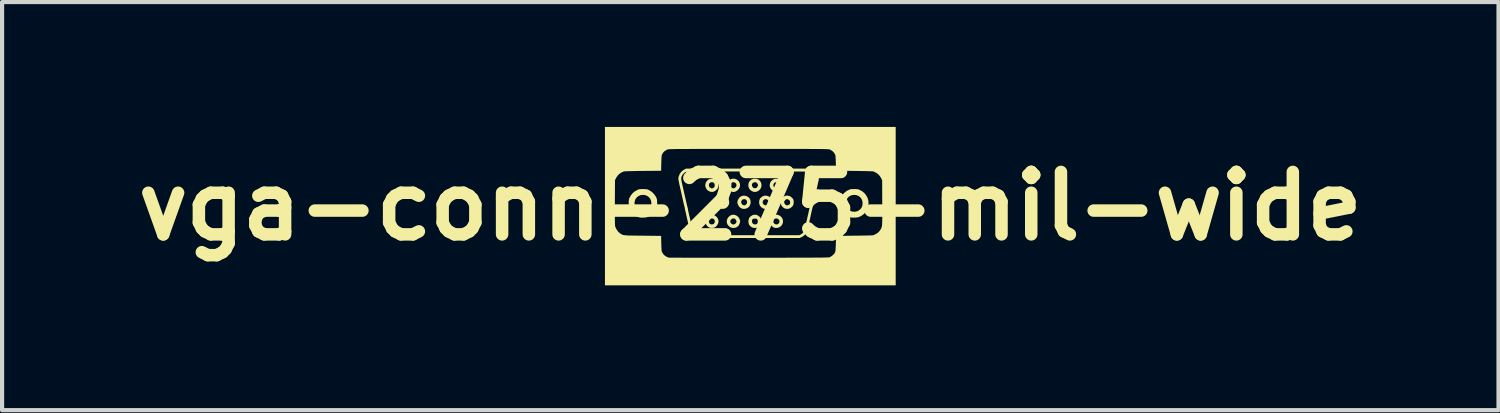
<source format=kicad_pcb>
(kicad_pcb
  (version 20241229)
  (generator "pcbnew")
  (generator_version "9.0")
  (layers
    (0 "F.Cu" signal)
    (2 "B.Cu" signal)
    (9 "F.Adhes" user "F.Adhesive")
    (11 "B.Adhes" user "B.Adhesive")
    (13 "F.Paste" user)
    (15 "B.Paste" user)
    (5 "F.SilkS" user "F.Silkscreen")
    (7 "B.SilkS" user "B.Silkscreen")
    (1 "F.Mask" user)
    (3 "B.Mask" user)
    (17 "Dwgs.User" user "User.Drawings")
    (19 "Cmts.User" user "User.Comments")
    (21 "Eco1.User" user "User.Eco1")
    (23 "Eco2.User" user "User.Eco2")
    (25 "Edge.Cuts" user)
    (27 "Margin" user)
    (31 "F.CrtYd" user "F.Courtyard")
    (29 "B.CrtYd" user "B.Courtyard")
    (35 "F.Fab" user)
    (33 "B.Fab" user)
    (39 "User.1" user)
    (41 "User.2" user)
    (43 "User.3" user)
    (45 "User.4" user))
  (footprint "vga-conn-275-mil-wide"
    (layer "F.Cu")
    (at 14.979 1.903)
    (property "Reference" "vga-conn-275-mil-wide" (at 0 0 0) (layer "F.SilkS") (effects (font (size 1.5 1.5) (thickness 0.3))))
    (attr board_only exclude_from_pos_files exclude_from_bom)
    (fp_poly (pts (xy 0.667 0.211) (xy 0.714 0.234) (xy 0.751 0.267) (xy 0.775 0.308) (xy 0.786 0.353) (xy 0.783 0.4) (xy 0.765 0.445) (xy 0.735 0.482) (xy 0.696 0.508) (xy 0.651 0.523) (xy 0.605 0.525) (xy 0.562 0.513) (xy 0.55 0.506) (xy 0.507 0.472) (xy 0.479 0.431) (xy 0.467 0.384) (xy 0.468 0.364) (xy 0.553 0.364) (xy 0.556 0.392) (xy 0.572 0.416) (xy 0.598 0.434) (xy 0.627 0.44) (xy 0.66 0.434) (xy 0.676 0.423) (xy 0.696 0.394) (xy 0.701 0.363) (xy 0.693 0.334) (xy 0.673 0.312) (xy 0.643 0.298) (xy 0.623 0.296) (xy 0.591 0.301) (xy 0.569 0.318) (xy 0.556 0.348) (xy 0.553 0.364) (xy 0.468 0.364) (xy 0.471 0.334) (xy 0.481 0.302) (xy 0.506 0.263) (xy 0.541 0.232) (xy 0.583 0.213) (xy 0.627 0.205)) (stroke (width 0) (type solid)) (fill yes) (layer "F.SilkS"))
    (fp_poly (pts (xy -0.606 -0.241) (xy -0.561 -0.212) (xy -0.549 -0.2) (xy -0.527 -0.174) (xy -0.514 -0.143) (xy -0.508 -0.102) (xy -0.508 -0.075) (xy -0.514 -0.046) (xy -0.529 -0.013) (xy -0.551 0.017) (xy -0.566 0.032) (xy -0.61 0.057) (xy -0.657 0.067) (xy -0.705 0.061) (xy -0.745 0.043) (xy -0.784 0.012) (xy -0.809 -0.026) (xy -0.82 -0.073) (xy -0.82 -0.089) (xy -0.737 -0.089) (xy -0.727 -0.057) (xy -0.714 -0.039) (xy -0.686 -0.021) (xy -0.656 -0.019) (xy -0.627 -0.029) (xy -0.603 -0.05) (xy -0.593 -0.077) (xy -0.595 -0.108) (xy -0.611 -0.138) (xy -0.617 -0.144) (xy -0.646 -0.165) (xy -0.676 -0.168) (xy -0.706 -0.155) (xy -0.713 -0.148) (xy -0.732 -0.121) (xy -0.737 -0.089) (xy -0.82 -0.089) (xy -0.82 -0.095) (xy -0.815 -0.143) (xy -0.798 -0.182) (xy -0.766 -0.215) (xy -0.746 -0.229) (xy -0.7 -0.25) (xy -0.653 -0.253)) (stroke (width 0) (type solid)) (fill yes) (layer "F.SilkS"))
    (fp_poly (pts (xy -0.363 0.213) (xy -0.323 0.233) (xy -0.289 0.262) (xy -0.263 0.299) (xy -0.248 0.341) (xy -0.245 0.367) (xy -0.25 0.396) (xy -0.262 0.431) (xy -0.279 0.463) (xy -0.292 0.479) (xy -0.332 0.508) (xy -0.378 0.523) (xy -0.427 0.524) (xy -0.474 0.51) (xy -0.491 0.5) (xy -0.53 0.467) (xy -0.555 0.428) (xy -0.566 0.384) (xy -0.565 0.372) (xy -0.482 0.372) (xy -0.472 0.402) (xy -0.46 0.418) (xy -0.43 0.437) (xy -0.399 0.441) (xy -0.368 0.429) (xy -0.352 0.414) (xy -0.336 0.392) (xy -0.331 0.374) (xy -0.336 0.352) (xy -0.344 0.335) (xy -0.365 0.307) (xy -0.392 0.295) (xy -0.426 0.298) (xy -0.429 0.299) (xy -0.459 0.317) (xy -0.478 0.343) (xy -0.482 0.372) (xy -0.565 0.372) (xy -0.564 0.34) (xy -0.549 0.298) (xy -0.522 0.26) (xy -0.484 0.228) (xy -0.446 0.211) (xy -0.405 0.205)) (stroke (width 0) (type solid)) (fill yes) (layer "F.SilkS"))
    (fp_poly (pts (xy 0.16 -0.653) (xy 0.201 -0.634) (xy 0.233 -0.605) (xy 0.255 -0.569) (xy 0.267 -0.528) (xy 0.268 -0.486) (xy 0.258 -0.444) (xy 0.236 -0.406) (xy 0.202 -0.373) (xy 0.174 -0.356) (xy 0.129 -0.341) (xy 0.088 -0.342) (xy 0.044 -0.357) (xy 0.001 -0.386) (xy -0.03 -0.426) (xy -0.046 -0.473) (xy -0.047 -0.521) (xy 0.039 -0.521) (xy 0.04 -0.488) (xy 0.047 -0.47) (xy 0.067 -0.444) (xy 0.094 -0.431) (xy 0.123 -0.43) (xy 0.15 -0.442) (xy 0.171 -0.466) (xy 0.173 -0.469) (xy 0.184 -0.497) (xy 0.184 -0.518) (xy 0.173 -0.539) (xy 0.164 -0.549) (xy 0.144 -0.568) (xy 0.122 -0.574) (xy 0.111 -0.575) (xy 0.076 -0.568) (xy 0.052 -0.549) (xy 0.039 -0.521) (xy -0.047 -0.521) (xy -0.047 -0.526) (xy -0.047 -0.53) (xy -0.032 -0.577) (xy -0.004 -0.616) (xy 0.035 -0.643) (xy 0.083 -0.658) (xy 0.11 -0.66)) (stroke (width 0) (type solid)) (fill yes) (layer "F.SilkS"))
    (fp_poly (pts (xy 0.431 -0.24) (xy 0.47 -0.215) (xy 0.501 -0.18) (xy 0.523 -0.136) (xy 0.53 -0.107) (xy 0.53 -0.08) (xy 0.521 -0.048) (xy 0.513 -0.031) (xy 0.485 0.013) (xy 0.449 0.045) (xy 0.406 0.063) (xy 0.36 0.068) (xy 0.314 0.058) (xy 0.291 0.047) (xy 0.25 0.014) (xy 0.223 -0.028) (xy 0.212 -0.076) (xy 0.211 -0.088) (xy 0.212 -0.092) (xy 0.296 -0.092) (xy 0.3 -0.067) (xy 0.313 -0.047) (xy 0.322 -0.039) (xy 0.35 -0.021) (xy 0.376 -0.018) (xy 0.405 -0.029) (xy 0.43 -0.051) (xy 0.444 -0.079) (xy 0.442 -0.111) (xy 0.44 -0.118) (xy 0.421 -0.147) (xy 0.395 -0.164) (xy 0.366 -0.168) (xy 0.339 -0.162) (xy 0.315 -0.144) (xy 0.3 -0.117) (xy 0.296 -0.092) (xy 0.212 -0.092) (xy 0.216 -0.138) (xy 0.23 -0.177) (xy 0.257 -0.208) (xy 0.298 -0.236) (xy 0.342 -0.252) (xy 0.387 -0.252)) (stroke (width 0) (type solid)) (fill yes) (layer "F.SilkS"))
    (fp_poly (pts (xy 0.151 0.211) (xy 0.178 0.222) (xy 0.221 0.254) (xy 0.251 0.294) (xy 0.267 0.34) (xy 0.267 0.391) (xy 0.267 0.392) (xy 0.254 0.437) (xy 0.23 0.473) (xy 0.197 0.5) (xy 0.15 0.52) (xy 0.1 0.525) (xy 0.051 0.515) (xy 0.028 0.503) (xy -0.011 0.472) (xy -0.035 0.434) (xy -0.045 0.386) (xy -0.046 0.368) (xy -0.046 0.368) (xy 0.039 0.368) (xy 0.046 0.398) (xy 0.059 0.418) (xy 0.085 0.435) (xy 0.118 0.44) (xy 0.15 0.433) (xy 0.152 0.432) (xy 0.17 0.413) (xy 0.179 0.386) (xy 0.18 0.356) (xy 0.172 0.327) (xy 0.156 0.307) (xy 0.155 0.307) (xy 0.13 0.299) (xy 0.099 0.299) (xy 0.07 0.306) (xy 0.052 0.317) (xy 0.04 0.339) (xy 0.039 0.368) (xy -0.046 0.368) (xy -0.04 0.317) (xy -0.023 0.278) (xy 0.006 0.246) (xy 0.011 0.243) (xy 0.058 0.215) (xy 0.105 0.204)) (stroke (width 0) (type solid)) (fill yes) (layer "F.SilkS"))
    (fp_poly (pts (xy -0.375 -0.658) (xy -0.33 -0.641) (xy -0.321 -0.636) (xy -0.283 -0.603) (xy -0.258 -0.563) (xy -0.247 -0.52) (xy -0.25 -0.476) (xy -0.265 -0.433) (xy -0.293 -0.394) (xy -0.333 -0.362) (xy -0.358 -0.349) (xy -0.4 -0.339) (xy -0.445 -0.346) (xy -0.469 -0.356) (xy -0.505 -0.377) (xy -0.531 -0.401) (xy -0.551 -0.433) (xy -0.566 -0.479) (xy -0.566 -0.498) (xy -0.481 -0.498) (xy -0.473 -0.47) (xy -0.453 -0.446) (xy -0.433 -0.435) (xy -0.417 -0.427) (xy -0.409 -0.424) (xy -0.402 -0.426) (xy -0.384 -0.433) (xy -0.379 -0.435) (xy -0.351 -0.454) (xy -0.336 -0.48) (xy -0.332 -0.508) (xy -0.34 -0.536) (xy -0.358 -0.558) (xy -0.385 -0.572) (xy -0.406 -0.575) (xy -0.44 -0.568) (xy -0.464 -0.551) (xy -0.478 -0.526) (xy -0.481 -0.498) (xy -0.566 -0.498) (xy -0.566 -0.523) (xy -0.554 -0.564) (xy -0.531 -0.6) (xy -0.499 -0.629) (xy -0.461 -0.65) (xy -0.419 -0.66)) (stroke (width 0) (type solid)) (fill yes) (layer "F.SilkS"))
    (fp_poly (pts (xy 0.655 -0.658) (xy 0.701 -0.642) (xy 0.707 -0.638) (xy 0.747 -0.607) (xy 0.773 -0.568) (xy 0.785 -0.525) (xy 0.785 -0.481) (xy 0.772 -0.438) (xy 0.746 -0.399) (xy 0.709 -0.366) (xy 0.678 -0.35) (xy 0.636 -0.34) (xy 0.595 -0.344) (xy 0.577 -0.351) (xy 0.53 -0.379) (xy 0.494 -0.416) (xy 0.472 -0.459) (xy 0.467 -0.488) (xy 0.554 -0.488) (xy 0.559 -0.473) (xy 0.573 -0.453) (xy 0.595 -0.436) (xy 0.619 -0.427) (xy 0.633 -0.428) (xy 0.649 -0.431) (xy 0.652 -0.431) (xy 0.663 -0.437) (xy 0.679 -0.451) (xy 0.681 -0.454) (xy 0.698 -0.482) (xy 0.701 -0.513) (xy 0.691 -0.54) (xy 0.67 -0.562) (xy 0.64 -0.574) (xy 0.626 -0.575) (xy 0.593 -0.568) (xy 0.568 -0.549) (xy 0.554 -0.521) (xy 0.554 -0.488) (xy 0.467 -0.488) (xy 0.465 -0.502) (xy 0.473 -0.55) (xy 0.494 -0.591) (xy 0.525 -0.624) (xy 0.564 -0.647) (xy 0.609 -0.659)) (stroke (width 0) (type solid)) (fill yes) (layer "F.SilkS"))
    (fp_poly (pts (xy -0.12 -0.249) (xy -0.07 -0.231) (xy -0.048 -0.217) (xy -0.019 -0.188) (xy 0.000198 -0.149) (xy 0.008 -0.104) (xy 0.004 -0.059) (xy -0.011 -0.015) (xy -0.038 0.022) (xy -0.038 0.022) (xy -0.076 0.049) (xy -0.121 0.064) (xy -0.168 0.066) (xy -0.213 0.054) (xy -0.221 0.051) (xy -0.256 0.026) (xy -0.283 -0.009) (xy -0.301 -0.048) (xy -0.31 -0.075) (xy -0.311 -0.088) (xy -0.22 -0.088) (xy -0.211 -0.059) (xy -0.194 -0.039) (xy -0.172 -0.025) (xy -0.151 -0.017) (xy -0.148 -0.017) (xy -0.129 -0.022) (xy -0.106 -0.035) (xy -0.102 -0.039) (xy -0.082 -0.065) (xy -0.076 -0.094) (xy -0.081 -0.124) (xy -0.097 -0.148) (xy -0.123 -0.165) (xy -0.148 -0.169) (xy -0.18 -0.162) (xy -0.203 -0.143) (xy -0.217 -0.117) (xy -0.22 -0.088) (xy -0.311 -0.088) (xy -0.311 -0.098) (xy -0.306 -0.125) (xy -0.306 -0.126) (xy -0.284 -0.176) (xy -0.253 -0.215) (xy -0.214 -0.24) (xy -0.169 -0.252)) (stroke (width 0) (type solid)) (fill yes) (layer "F.SilkS"))
    (fp_poly (pts (xy -0.89 -0.657) (xy -0.862 -0.65) (xy -0.835 -0.634) (xy -0.819 -0.621) (xy -0.791 -0.589) (xy -0.773 -0.548) (xy -0.766 -0.504) (xy -0.77 -0.46) (xy -0.787 -0.422) (xy -0.787 -0.422) (xy -0.825 -0.38) (xy -0.867 -0.353) (xy -0.911 -0.341) (xy -0.957 -0.345) (xy -0.985 -0.356) (xy -1.021 -0.376) (xy -1.045 -0.399) (xy -1.064 -0.43) (xy -1.067 -0.437) (xy -1.082 -0.483) (xy -1.081 -0.522) (xy -0.994 -0.522) (xy -0.994 -0.485) (xy -0.98 -0.456) (xy -0.954 -0.436) (xy -0.954 -0.436) (xy -0.935 -0.428) (xy -0.925 -0.423) (xy -0.924 -0.423) (xy -0.916 -0.426) (xy -0.899 -0.433) (xy -0.899 -0.433) (xy -0.872 -0.45) (xy -0.858 -0.473) (xy -0.855 -0.503) (xy -0.861 -0.538) (xy -0.879 -0.562) (xy -0.908 -0.574) (xy -0.922 -0.575) (xy -0.957 -0.569) (xy -0.982 -0.55) (xy -0.994 -0.522) (xy -1.081 -0.522) (xy -1.081 -0.526) (xy -1.066 -0.571) (xy -1.065 -0.572) (xy -1.036 -0.615) (xy -0.999 -0.643) (xy -0.954 -0.657) (xy -0.926 -0.659)) (stroke (width 0) (type solid)) (fill yes) (layer "F.SilkS"))
    (fp_poly (pts (xy -0.879 0.214) (xy -0.856 0.224) (xy -0.815 0.253) (xy -0.784 0.293) (xy -0.765 0.341) (xy -0.765 0.344) (xy -0.765 0.383) (xy -0.778 0.425) (xy -0.801 0.464) (xy -0.832 0.497) (xy -0.855 0.512) (xy -0.877 0.519) (xy -0.907 0.523) (xy -0.928 0.524) (xy -0.962 0.522) (xy -0.989 0.514) (xy -1.011 0.501) (xy -1.045 0.467) (xy -1.067 0.431) (xy -1.08 0.404) (xy -1.085 0.384) (xy -1.085 0.365) (xy -1.085 0.365) (xy -0.995 0.365) (xy -0.99 0.395) (xy -0.978 0.42) (xy -0.97 0.427) (xy -0.942 0.438) (xy -0.911 0.439) (xy -0.883 0.429) (xy -0.874 0.421) (xy -0.855 0.389) (xy -0.852 0.356) (xy -0.859 0.334) (xy -0.879 0.31) (xy -0.905 0.297) (xy -0.935 0.295) (xy -0.963 0.304) (xy -0.984 0.323) (xy -0.99 0.336) (xy -0.995 0.365) (xy -1.085 0.365) (xy -1.08 0.338) (xy -1.079 0.335) (xy -1.061 0.286) (xy -1.031 0.249) (xy -0.987 0.221) (xy -0.983 0.219) (xy -0.946 0.206) (xy -0.914 0.205)) (stroke (width 0) (type solid)) (fill yes) (layer "F.SilkS"))
    (fp_poly (pts (xy 0.93 -0.247) (xy 0.973 -0.227) (xy 1.01 -0.192) (xy 1.011 -0.191) (xy 1.028 -0.168) (xy 1.037 -0.149) (xy 1.041 -0.127) (xy 1.042 -0.099) (xy 1.04 -0.058) (xy 1.031 -0.026) (xy 1.014 0.001) (xy 0.995 0.021) (xy 0.953 0.052) (xy 0.906 0.066) (xy 0.857 0.064) (xy 0.815 0.05) (xy 0.777 0.022) (xy 0.747 -0.017) (xy 0.729 -0.066) (xy 0.728 -0.067) (xy 0.727 -0.093) (xy 0.812 -0.093) (xy 0.819 -0.068) (xy 0.836 -0.043) (xy 0.858 -0.024) (xy 0.881 -0.017) (xy 0.901 -0.021) (xy 0.925 -0.032) (xy 0.928 -0.034) (xy 0.946 -0.047) (xy 0.954 -0.061) (xy 0.956 -0.085) (xy 0.956 -0.088) (xy 0.954 -0.115) (xy 0.945 -0.133) (xy 0.93 -0.147) (xy 0.908 -0.162) (xy 0.886 -0.169) (xy 0.883 -0.169) (xy 0.858 -0.162) (xy 0.835 -0.143) (xy 0.818 -0.118) (xy 0.812 -0.093) (xy 0.727 -0.093) (xy 0.726 -0.113) (xy 0.739 -0.156) (xy 0.763 -0.195) (xy 0.797 -0.226) (xy 0.837 -0.247) (xy 0.88 -0.254)) (stroke (width 0) (type solid)) (fill yes) (layer "F.SilkS"))
    (fp_poly (pts (xy 2.537 -0.41) (xy 2.567 -0.408) (xy 2.591 -0.403) (xy 2.613 -0.396) (xy 2.633 -0.387) (xy 2.693 -0.354) (xy 2.741 -0.313) (xy 2.782 -0.263) (xy 2.783 -0.262) (xy 2.818 -0.197) (xy 2.837 -0.128) (xy 2.841 -0.058) (xy 2.832 0.011) (xy 2.81 0.077) (xy 2.775 0.137) (xy 2.728 0.19) (xy 2.669 0.233) (xy 2.643 0.247) (xy 2.609 0.261) (xy 2.579 0.269) (xy 2.544 0.274) (xy 2.514 0.276) (xy 2.476 0.276) (xy 2.442 0.275) (xy 2.417 0.272) (xy 2.413 0.271) (xy 2.362 0.253) (xy 2.31 0.225) (xy 2.264 0.191) (xy 2.248 0.176) (xy 2.224 0.147) (xy 2.201 0.112) (xy 2.18 0.075) (xy 2.165 0.041) (xy 2.157 0.014) (xy 2.157 0.009) (xy 2.153 -0.014) (xy 2.148 -0.025) (xy 2.145 -0.043) (xy 2.145 -0.054) (xy 2.292 -0.054) (xy 2.302 -0.001) (xy 2.324 0.047) (xy 2.35 0.079) (xy 2.396 0.112) (xy 2.448 0.131) (xy 2.504 0.136) (xy 2.559 0.126) (xy 2.587 0.115) (xy 2.636 0.082) (xy 2.671 0.039) (xy 2.692 -0.013) (xy 2.698 -0.069) (xy 2.691 -0.127) (xy 2.669 -0.178) (xy 2.635 -0.219) (xy 2.59 -0.25) (xy 2.536 -0.267) (xy 2.495 -0.271) (xy 2.436 -0.263) (xy 2.385 -0.241) (xy 2.343 -0.205) (xy 2.313 -0.16) (xy 2.296 -0.109) (xy 2.292 -0.054) (xy 2.145 -0.054) (xy 2.146 -0.074) (xy 2.151 -0.112) (xy 2.171 -0.19) (xy 2.204 -0.257) (xy 2.251 -0.314) (xy 2.312 -0.361) (xy 2.346 -0.381) (xy 2.374 -0.394) (xy 2.396 -0.403) (xy 2.418 -0.407) (xy 2.445 -0.41) (xy 2.482 -0.41) (xy 2.494 -0.41)) (stroke (width 0) (type solid)) (fill yes) (layer "F.SilkS"))
    (fp_poly (pts (xy -2.54 -0.409) (xy -2.505 -0.407) (xy -2.479 -0.404) (xy -2.469 -0.401) (xy -2.445 -0.389) (xy -2.428 -0.381) (xy -2.377 -0.35) (xy -2.328 -0.306) (xy -2.287 -0.255) (xy -2.256 -0.2) (xy -2.249 -0.182) (xy -2.243 -0.152) (xy -2.239 -0.111) (xy -2.238 -0.065) (xy -2.239 -0.019) (xy -2.243 0.021) (xy -2.249 0.047) (xy -2.278 0.106) (xy -2.32 0.161) (xy -2.375 0.211) (xy -2.44 0.251) (xy -2.442 0.253) (xy -2.472 0.263) (xy -2.513 0.271) (xy -2.56 0.275) (xy -2.606 0.277) (xy -2.647 0.274) (xy -2.667 0.27) (xy -2.734 0.245) (xy -2.795 0.205) (xy -2.848 0.153) (xy -2.866 0.128) (xy -2.89 0.09) (xy -2.906 0.058) (xy -2.916 0.027) (xy -2.921 -0.01) (xy -2.922 -0.056) (xy -2.922 -0.068) (xy -2.922 -0.069) (xy -2.783 -0.069) (xy -2.775 -0.009) (xy -2.754 0.042) (xy -2.72 0.084) (xy -2.675 0.114) (xy -2.621 0.131) (xy -2.581 0.135) (xy -2.545 0.134) (xy -2.518 0.127) (xy -2.489 0.114) (xy -2.482 0.11) (xy -2.434 0.075) (xy -2.401 0.033) (xy -2.382 -0.017) (xy -2.377 -0.068) (xy -2.384 -0.127) (xy -2.406 -0.178) (xy -2.44 -0.219) (xy -2.485 -0.25) (xy -2.539 -0.267) (xy -2.58 -0.271) (xy -2.639 -0.263) (xy -2.69 -0.241) (xy -2.731 -0.208) (xy -2.762 -0.163) (xy -2.779 -0.11) (xy -2.783 -0.069) (xy -2.922 -0.069) (xy -2.921 -0.117) (xy -2.917 -0.155) (xy -2.909 -0.187) (xy -2.894 -0.218) (xy -2.872 -0.255) (xy -2.866 -0.263) (xy -2.826 -0.314) (xy -2.777 -0.354) (xy -2.718 -0.387) (xy -2.693 -0.398) (xy -2.671 -0.405) (xy -2.646 -0.408) (xy -2.614 -0.41) (xy -2.579 -0.41)) (stroke (width 0) (type solid)) (fill yes) (layer "F.SilkS"))
    (fp_poly (pts (xy 3.493 0) (xy 3.493 1.903) (xy 0 1.903) (xy -3.493 1.903) (xy -3.493 0.137) (xy -3.255 0.137) (xy -3.255 0.225) (xy -3.255 0.299) (xy -3.254 0.359) (xy -3.253 0.407) (xy -3.252 0.443) (xy -3.25 0.469) (xy -3.248 0.486) (xy -3.247 0.489) (xy -3.229 0.534) (xy -3.201 0.58) (xy -3.167 0.622) (xy -3.133 0.652) (xy -3.116 0.663) (xy -3.101 0.673) (xy -3.086 0.682) (xy -3.07 0.688) (xy -3.051 0.694) (xy -3.027 0.698) (xy -2.998 0.701) (xy -2.962 0.704) (xy -2.916 0.706) (xy -2.86 0.707) (xy -2.792 0.708) (xy -2.711 0.709) (xy -2.615 0.71) (xy -2.584 0.71) (xy -2.144 0.715) (xy -2.139 0.892) (xy -2.138 0.947) (xy -2.136 0.996) (xy -2.133 1.039) (xy -2.131 1.07) (xy -2.128 1.089) (xy -2.127 1.091) (xy -2.102 1.14) (xy -2.064 1.182) (xy -2.016 1.215) (xy -1.962 1.237) (xy -1.958 1.238) (xy -1.948 1.238) (xy -1.922 1.238) (xy -1.881 1.239) (xy -1.824 1.239) (xy -1.754 1.239) (xy -1.671 1.239) (xy -1.576 1.24) (xy -1.469 1.24) (xy -1.351 1.24) (xy -1.223 1.24) (xy -1.086 1.24) (xy -0.94 1.24) (xy -0.787 1.24) (xy -0.626 1.24) (xy -0.459 1.24) (xy -0.287 1.24) (xy -0.11 1.24) (xy -0.025 1.24) (xy 0.189 1.24) (xy 0.388 1.24) (xy 0.571 1.24) (xy 0.738 1.24) (xy 0.892 1.239) (xy 1.032 1.239) (xy 1.158 1.239) (xy 1.272 1.239) (xy 1.374 1.238) (xy 1.465 1.238) (xy 1.546 1.237) (xy 1.616 1.237) (xy 1.677 1.236) (xy 1.729 1.236) (xy 1.773 1.235) (xy 1.81 1.234) (xy 1.84 1.233) (xy 1.864 1.232) (xy 1.882 1.231) (xy 1.896 1.23) (xy 1.905 1.229) (xy 1.91 1.227) (xy 1.912 1.227) (xy 1.961 1.195) (xy 1.997 1.165) (xy 2.022 1.134) (xy 2.04 1.1) (xy 2.043 1.091) (xy 2.045 1.076) (xy 2.048 1.048) (xy 2.05 1.008) (xy 2.053 0.96) (xy 2.054 0.906) (xy 2.055 0.892) (xy 2.06 0.715) (xy 2.499 0.71) (xy 2.585 0.71) (xy 2.665 0.708) (xy 2.739 0.707) (xy 2.805 0.706) (xy 2.861 0.704) (xy 2.905 0.703) (xy 2.937 0.701) (xy 2.954 0.7) (xy 2.956 0.699) (xy 3.015 0.671) (xy 3.061 0.642) (xy 3.096 0.609) (xy 3.117 0.581) (xy 3.128 0.564) (xy 3.137 0.55) (xy 3.145 0.535) (xy 3.151 0.52) (xy 3.157 0.502) (xy 3.161 0.48) (xy 3.165 0.454) (xy 3.167 0.421) (xy 3.169 0.38) (xy 3.17 0.33) (xy 3.171 0.27) (xy 3.171 0.198) (xy 3.171 0.113) (xy 3.17 0.013) (xy 3.17 -0.082) (xy 3.168 -0.622) (xy 3.143 -0.672) (xy 3.113 -0.722) (xy 3.076 -0.763) (xy 3.029 -0.798) (xy 2.969 -0.829) (xy 2.956 -0.834) (xy 2.945 -0.836) (xy 2.918 -0.837) (xy 2.877 -0.839) (xy 2.825 -0.84) (xy 2.762 -0.842) (xy 2.691 -0.843) (xy 2.613 -0.844) (xy 2.529 -0.846) (xy 2.499 -0.846) (xy 2.06 -0.85) (xy 2.055 -1.028) (xy 2.053 -1.082) (xy 2.051 -1.132) (xy 2.048 -1.174) (xy 2.046 -1.206) (xy 2.043 -1.224) (xy 2.043 -1.226) (xy 2.016 -1.278) (xy 1.975 -1.321) (xy 1.92 -1.356) (xy 1.916 -1.358) (xy 1.912 -1.36) (xy 1.907 -1.362) (xy 1.901 -1.363) (xy 1.892 -1.365) (xy 1.881 -1.366) (xy 1.866 -1.367) (xy 1.847 -1.368) (xy 1.824 -1.369) (xy 1.795 -1.37) (xy 1.76 -1.371) (xy 1.718 -1.371) (xy 1.669 -1.372) (xy 1.612 -1.372) (xy 1.546 -1.373) (xy 1.471 -1.373) (xy 1.386 -1.374) (xy 1.29 -1.374) (xy 1.183 -1.374) (xy 1.064 -1.374) (xy 0.932 -1.374) (xy 0.786 -1.374) (xy 0.627 -1.374) (xy 0.453 -1.374) (xy 0.264 -1.374) (xy 0.059 -1.374) (xy -0.042 -1.374) (xy -0.255 -1.374) (xy -0.452 -1.374) (xy -0.632 -1.374) (xy -0.798 -1.374) (xy -0.95 -1.374) (xy -1.088 -1.374) (xy -1.213 -1.374) (xy -1.326 -1.374) (xy -1.427 -1.374) (xy -1.517 -1.373) (xy -1.597 -1.373) (xy -1.667 -1.373) (xy -1.728 -1.372) (xy -1.781 -1.372) (xy -1.826 -1.371) (xy -1.864 -1.37) (xy -1.896 -1.369) (xy -1.922 -1.369) (xy -1.943 -1.368) (xy -1.959 -1.366) (xy -1.972 -1.365) (xy -1.981 -1.364) (xy -1.989 -1.362) (xy -1.994 -1.361) (xy -1.999 -1.359) (xy -2 -1.358) (xy -2.057 -1.324) (xy -2.099 -1.281) (xy -2.126 -1.23) (xy -2.127 -1.226) (xy -2.13 -1.212) (xy -2.132 -1.183) (xy -2.135 -1.143) (xy -2.137 -1.095) (xy -2.139 -1.042) (xy -2.139 -1.028) (xy -2.144 -0.85) (xy -2.584 -0.846) (xy -2.669 -0.845) (xy -2.749 -0.844) (xy -2.823 -0.842) (xy -2.889 -0.841) (xy -2.945 -0.839) (xy -2.99 -0.838) (xy -3.022 -0.836) (xy -3.039 -0.835) (xy -3.041 -0.834) (xy -3.104 -0.804) (xy -3.153 -0.77) (xy -3.191 -0.73) (xy -3.222 -0.682) (xy -3.227 -0.672) (xy -3.252 -0.622) (xy -3.255 -0.085) (xy -3.255 0.034) (xy -3.255 0.137) (xy -3.493 0.137) (xy -3.493 0) (xy -3.493 -1.903) (xy 0 -1.903) (xy 3.493 -1.903)) (stroke (width 0) (type solid)) (fill yes) (layer "F.SilkS"))
    (fp_poly (pts (xy 1.497 -0.882) (xy 1.54 -0.855) (xy 1.579 -0.82) (xy 1.609 -0.782) (xy 1.615 -0.77) (xy 1.632 -0.729) (xy 1.643 -0.686) (xy 1.646 -0.647) (xy 1.643 -0.624) (xy 1.636 -0.6) (xy 1.629 -0.568) (xy 1.624 -0.546) (xy 1.617 -0.512) (xy 1.608 -0.47) (xy 1.599 -0.429) (xy 1.597 -0.423) (xy 1.589 -0.385) (xy 1.581 -0.349) (xy 1.574 -0.322) (xy 1.573 -0.317) (xy 1.559 -0.253) (xy 1.542 -0.178) (xy 1.535 -0.149) (xy 1.527 -0.112) (xy 1.519 -0.076) (xy 1.514 -0.052) (xy 1.508 -0.022) (xy 1.5 0.015) (xy 1.493 0.042) (xy 1.48 0.094) (xy 1.469 0.143) (xy 1.457 0.197) (xy 1.454 0.211) (xy 1.447 0.243) (xy 1.439 0.283) (xy 1.43 0.323) (xy 1.429 0.326) (xy 1.42 0.365) (xy 1.411 0.405) (xy 1.404 0.438) (xy 1.404 0.44) (xy 1.397 0.47) (xy 1.39 0.495) (xy 1.386 0.506) (xy 1.38 0.53) (xy 1.379 0.546) (xy 1.374 0.571) (xy 1.361 0.605) (xy 1.343 0.641) (xy 1.323 0.673) (xy 1.312 0.687) (xy 1.288 0.708) (xy 1.258 0.73) (xy 1.236 0.742) (xy 1.188 0.765) (xy -0.017 0.766) (xy -0.159 0.766) (xy -0.296 0.766) (xy -0.429 0.766) (xy -0.555 0.766) (xy -0.673 0.766) (xy -0.784 0.766) (xy -0.885 0.766) (xy -0.976 0.766) (xy -1.056 0.766) (xy -1.123 0.765) (xy -1.178 0.765) (xy -1.218 0.765) (xy -1.243 0.764) (xy -1.252 0.764) (xy -1.289 0.754) (xy -1.331 0.736) (xy -1.37 0.711) (xy -1.397 0.687) (xy -1.417 0.659) (xy -1.437 0.624) (xy -1.452 0.589) (xy -1.462 0.558) (xy -1.463 0.546) (xy -1.466 0.521) (xy -1.471 0.506) (xy -1.477 0.486) (xy -1.484 0.458) (xy -1.487 0.444) (xy -1.494 0.412) (xy -1.503 0.374) (xy -1.509 0.345) (xy -1.525 0.277) (xy -1.537 0.222) (xy -1.547 0.178) (xy -1.555 0.143) (xy -1.562 0.112) (xy -1.568 0.083) (xy -1.573 0.055) (xy -1.58 0.024) (xy -1.586 -0.004) (xy -1.59 -0.017) (xy -1.595 -0.037) (xy -1.602 -0.066) (xy -1.606 -0.085) (xy -1.614 -0.119) (xy -1.621 -0.153) (xy -1.624 -0.167) (xy -1.632 -0.2) (xy -1.639 -0.235) (xy -1.641 -0.241) (xy -1.648 -0.275) (xy -1.656 -0.309) (xy -1.657 -0.315) (xy -1.663 -0.341) (xy -1.671 -0.376) (xy -1.68 -0.414) (xy -1.682 -0.423) (xy -1.69 -0.459) (xy -1.698 -0.492) (xy -1.703 -0.516) (xy -1.704 -0.52) (xy -1.708 -0.542) (xy -1.714 -0.572) (xy -1.721 -0.604) (xy -1.728 -0.641) (xy -1.729 -0.663) (xy -1.661 -0.663) (xy -1.66 -0.645) (xy -1.656 -0.621) (xy -1.65 -0.589) (xy -1.641 -0.545) (xy -1.633 -0.512) (xy -1.628 -0.488) (xy -1.62 -0.454) (xy -1.611 -0.415) (xy -1.608 -0.398) (xy -1.598 -0.355) (xy -1.588 -0.31) (xy -1.579 -0.272) (xy -1.577 -0.262) (xy -1.565 -0.212) (xy -1.556 -0.171) (xy -1.547 -0.132) (xy -1.537 -0.089) (xy -1.531 -0.059) (xy -1.522 -0.022) (xy -1.514 0.01) (xy -1.507 0.034) (xy -1.505 0.041) (xy -1.499 0.064) (xy -1.497 0.079) (xy -1.495 0.097) (xy -1.489 0.131) (xy -1.478 0.179) (xy -1.464 0.241) (xy -1.454 0.279) (xy -1.449 0.302) (xy -1.441 0.337) (xy -1.431 0.381) (xy -1.421 0.428) (xy -1.41 0.475) (xy -1.403 0.512) (xy -1.385 0.574) (xy -1.363 0.622) (xy -1.334 0.657) (xy -1.297 0.68) (xy -1.25 0.693) (xy -1.243 0.694) (xy -1.23 0.695) (xy -1.202 0.695) (xy -1.158 0.696) (xy -1.1 0.697) (xy -1.03 0.697) (xy -0.947 0.698) (xy -0.854 0.698) (xy -0.75 0.698) (xy -0.638 0.699) (xy -0.518 0.699) (xy -0.39 0.699) (xy -0.257 0.699) (xy -0.119 0.699) (xy -0.013 0.699) (xy 1.18 0.698) (xy 1.215 0.679) (xy 1.249 0.656) (xy 1.276 0.626) (xy 1.296 0.587) (xy 1.312 0.535) (xy 1.319 0.507) (xy 1.326 0.475) (xy 1.333 0.444) (xy 1.336 0.431) (xy 1.341 0.41) (xy 1.348 0.378) (xy 1.357 0.34) (xy 1.362 0.317) (xy 1.37 0.278) (xy 1.379 0.241) (xy 1.385 0.213) (xy 1.387 0.203) (xy 1.394 0.177) (xy 1.401 0.144) (xy 1.404 0.127) (xy 1.411 0.094) (xy 1.418 0.064) (xy 1.421 0.051) (xy 1.431 0.01) (xy 1.443 -0.044) (xy 1.454 -0.095) (xy 1.461 -0.128) (xy 1.469 -0.163) (xy 1.471 -0.169) (xy 1.477 -0.195) (xy 1.485 -0.231) (xy 1.494 -0.271) (xy 1.497 -0.288) (xy 1.509 -0.343) (xy 1.519 -0.384) (xy 1.525 -0.415) (xy 1.531 -0.437) (xy 1.535 -0.454) (xy 1.538 -0.469) (xy 1.54 -0.474) (xy 1.556 -0.54) (xy 1.567 -0.592) (xy 1.573 -0.633) (xy 1.575 -0.666) (xy 1.572 -0.692) (xy 1.571 -0.696) (xy 1.554 -0.739) (xy 1.524 -0.779) (xy 1.488 -0.81) (xy 1.473 -0.818) (xy 1.469 -0.82) (xy 1.463 -0.822) (xy 1.454 -0.823) (xy 1.443 -0.825) (xy 1.428 -0.826) (xy 1.409 -0.827) (xy 1.385 -0.828) (xy 1.354 -0.829) (xy 1.317 -0.83) (xy 1.272 -0.83) (xy 1.219 -0.831) (xy 1.157 -0.832) (xy 1.086 -0.832) (xy 1.004 -0.832) (xy 0.911 -0.833) (xy 0.806 -0.833) (xy 0.688 -0.833) (xy 0.556 -0.833) (xy 0.411 -0.833) (xy 0.25 -0.833) (xy 0.074 -0.833) (xy -0.042 -0.833) (xy -0.229 -0.833) (xy -0.399 -0.833) (xy -0.553 -0.833) (xy -0.693 -0.833) (xy -0.819 -0.833) (xy -0.932 -0.833) (xy -1.033 -0.832) (xy -1.121 -0.832) (xy -1.199 -0.832) (xy -1.267 -0.831) (xy -1.325 -0.831) (xy -1.375 -0.83) (xy -1.417 -0.83) (xy -1.451 -0.829) (xy -1.479 -0.828) (xy -1.502 -0.827) (xy -1.519 -0.826) (xy -1.533 -0.824) (xy -1.543 -0.823) (xy -1.55 -0.821) (xy -1.555 -0.819) (xy -1.558 -0.818) (xy -1.595 -0.793) (xy -1.627 -0.757) (xy -1.65 -0.716) (xy -1.657 -0.695) (xy -1.659 -0.679) (xy -1.661 -0.663) (xy -1.729 -0.663) (xy -1.729 -0.67) (xy -1.725 -0.697) (xy -1.724 -0.701) (xy -1.7 -0.766) (xy -1.664 -0.82) (xy -1.614 -0.863) (xy -1.582 -0.882) (xy -1.544 -0.901) (xy -0.042 -0.901) (xy 1.459 -0.901)) (stroke (width 0) (type solid)) (fill yes) (layer "F.SilkS")))
  (gr_rect
    (start -3 -3)
    (end 32.957 6.806)
    (stroke (width 0.1) (type default))
    (fill no)
    (layer "Edge.Cuts")))
</source>
